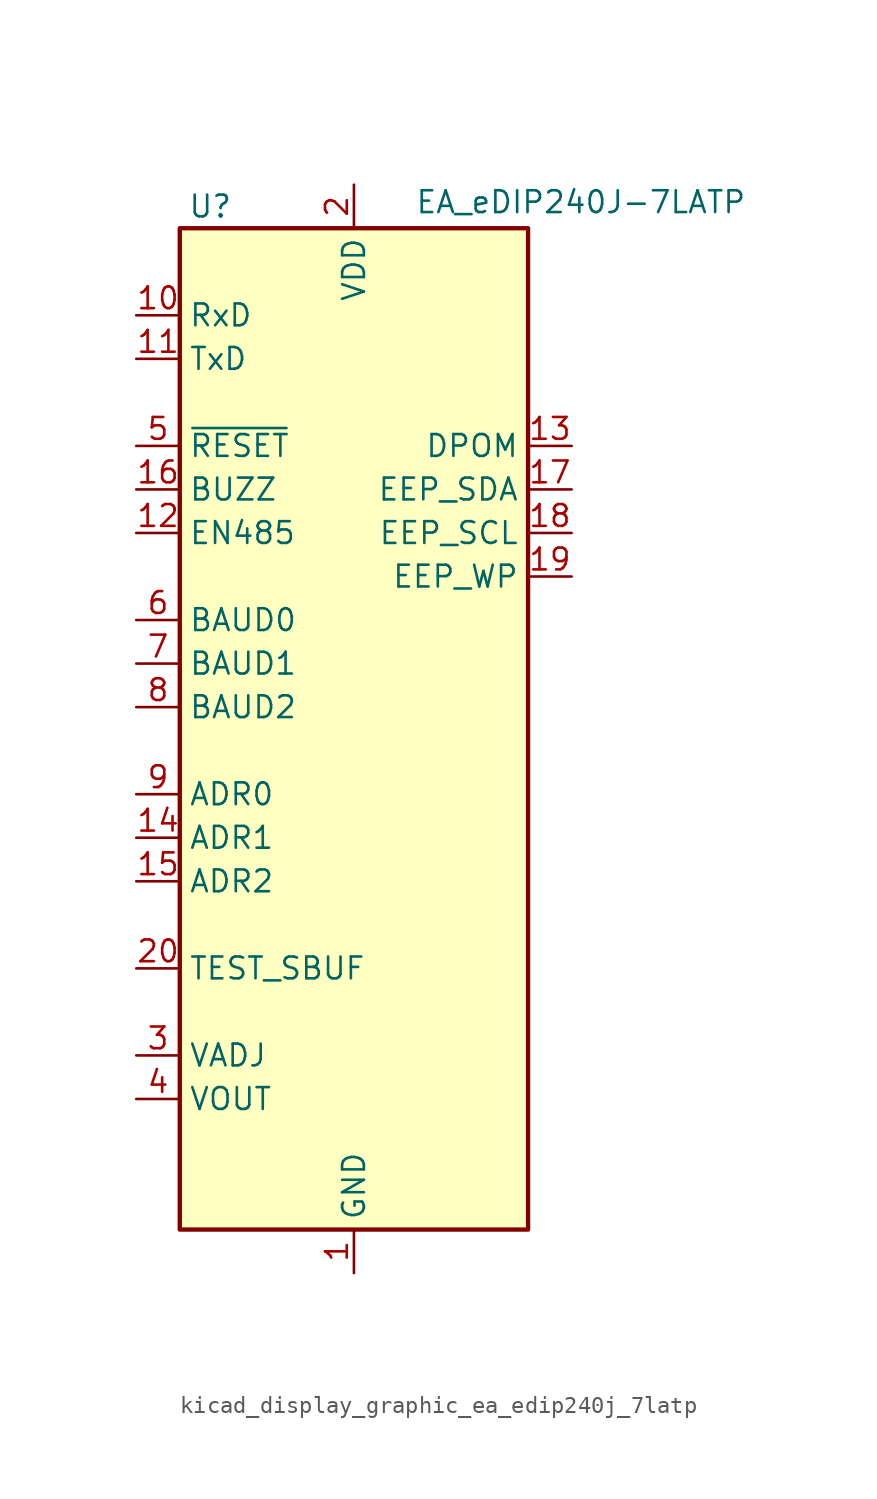
<source format=kicad_sym>
(kicad_symbol_lib
  (version 20220914)
  (generator kicad_symbol_editor)
  (symbol "kicad_display_graphic_ea_edip240j_7latp"
    (property "Reference" "U"
      (at -8.382 29.21 0)
      (effects (font (size 1.27 1.27))))
    (property "Value" "EA_eDIP240J-7LATP"
      (at 3.556 29.464 0)
      (effects (font (size 1.27 1.27)) (justify left)))
    (symbol "kicad_display_graphic_ea_edip240j_7latp_0_1"
      (rectangle (start -10.16 27.94) (end 10.16 -30.48) (stroke (width 0.254) (type default)) (fill (type background))))
    (symbol "kicad_display_graphic_ea_edip240j_7latp_1_1"
      (pin power_in line (at 0 -33.02 90) (length 2.54) (name "GND" (effects (font (size 1.27 1.27)))) (number "1" (effects (font (size 1.27 1.27)))))
      (pin input line (at -12.7 22.86 0) (length 2.54) (name "RxD" (effects (font (size 1.27 1.27)))) (number "10" (effects (font (size 1.27 1.27)))))
      (pin output line (at -12.7 20.32 0) (length 2.54) (name "TxD" (effects (font (size 1.27 1.27)))) (number "11" (effects (font (size 1.27 1.27)))))
      (pin output line (at -12.7 10.16 0) (length 2.54) (name "EN485" (effects (font (size 1.27 1.27)))) (number "12" (effects (font (size 1.27 1.27)))))
      (pin input line (at 12.7 15.24 180) (length 2.54) (name "DPOM" (effects (font (size 1.27 1.27)))) (number "13" (effects (font (size 1.27 1.27)))))
      (pin input line (at -12.7 -7.62 0) (length 2.54) (name "ADR1" (effects (font (size 1.27 1.27)))) (number "14" (effects (font (size 1.27 1.27)))))
      (pin input line (at -12.7 -10.16 0) (length 2.54) (name "ADR2" (effects (font (size 1.27 1.27)))) (number "15" (effects (font (size 1.27 1.27)))))
      (pin output line (at -12.7 12.7 0) (length 2.54) (name "BUZZ" (effects (font (size 1.27 1.27)))) (number "16" (effects (font (size 1.27 1.27)))))
      (pin bidirectional line (at 12.7 12.7 180) (length 2.54) (name "EEP_SDA" (effects (font (size 1.27 1.27)))) (number "17" (effects (font (size 1.27 1.27)))))
      (pin output line (at 12.7 10.16 180) (length 2.54) (name "EEP_SCL" (effects (font (size 1.27 1.27)))) (number "18" (effects (font (size 1.27 1.27)))))
      (pin input line (at 12.7 7.62 180) (length 2.54) (name "EEP_WP" (effects (font (size 1.27 1.27)))) (number "19" (effects (font (size 1.27 1.27)))))
      (pin power_in line (at 0 30.48 270) (length 2.54) (name "VDD" (effects (font (size 1.27 1.27)))) (number "2" (effects (font (size 1.27 1.27)))))
      (pin open_collector line (at -12.7 -15.24 0) (length 2.54) (name "TEST_SBUF" (effects (font (size 1.27 1.27)))) (number "20" (effects (font (size 1.27 1.27)))))
      (pin no_connect line (at -10.16 -25.4 0) (length 2.54) hide (name "NC" (effects (font (size 1.27 1.27)))) (number "21" (effects (font (size 1.27 1.27)))))
      (pin no_connect line (at -10.16 -27.94 0) (length 2.54) hide (name "NC" (effects (font (size 1.27 1.27)))) (number "22" (effects (font (size 1.27 1.27)))))
      (pin no_connect line (at 10.16 25.4 180) (length 2.54) hide (name "NC" (effects (font (size 1.27 1.27)))) (number "23" (effects (font (size 1.27 1.27)))))
      (pin no_connect line (at 10.16 22.86 180) (length 2.54) hide (name "NC" (effects (font (size 1.27 1.27)))) (number "24" (effects (font (size 1.27 1.27)))))
      (pin no_connect line (at 10.16 20.32 180) (length 2.54) hide (name "NC" (effects (font (size 1.27 1.27)))) (number "25" (effects (font (size 1.27 1.27)))))
      (pin no_connect line (at 10.16 17.78 180) (length 2.54) hide (name "NC" (effects (font (size 1.27 1.27)))) (number "26" (effects (font (size 1.27 1.27)))))
      (pin no_connect line (at 10.16 5.08 180) (length 2.54) hide (name "NC" (effects (font (size 1.27 1.27)))) (number "27" (effects (font (size 1.27 1.27)))))
      (pin no_connect line (at 10.16 2.54 180) (length 2.54) hide (name "NC" (effects (font (size 1.27 1.27)))) (number "28" (effects (font (size 1.27 1.27)))))
      (pin no_connect line (at 10.16 0 180) (length 2.54) hide (name "NC" (effects (font (size 1.27 1.27)))) (number "29" (effects (font (size 1.27 1.27)))))
      (pin input line (at -12.7 -20.32 0) (length 2.54) (name "VADJ" (effects (font (size 1.27 1.27)))) (number "3" (effects (font (size 1.27 1.27)))))
      (pin no_connect line (at 10.16 -2.54 180) (length 2.54) hide (name "NC" (effects (font (size 1.27 1.27)))) (number "30" (effects (font (size 1.27 1.27)))))
      (pin no_connect line (at 10.16 -5.08 180) (length 2.54) hide (name "NC" (effects (font (size 1.27 1.27)))) (number "31" (effects (font (size 1.27 1.27)))))
      (pin no_connect line (at 10.16 -7.62 180) (length 2.54) hide (name "NC" (effects (font (size 1.27 1.27)))) (number "32" (effects (font (size 1.27 1.27)))))
      (pin no_connect line (at 10.16 -10.16 180) (length 2.54) hide (name "NC" (effects (font (size 1.27 1.27)))) (number "33" (effects (font (size 1.27 1.27)))))
      (pin no_connect line (at 10.16 -12.7 180) (length 2.54) hide (name "NC" (effects (font (size 1.27 1.27)))) (number "34" (effects (font (size 1.27 1.27)))))
      (pin no_connect line (at 10.16 -15.24 180) (length 2.54) hide (name "NC" (effects (font (size 1.27 1.27)))) (number "35" (effects (font (size 1.27 1.27)))))
      (pin no_connect line (at 10.16 -17.78 180) (length 2.54) hide (name "NC" (effects (font (size 1.27 1.27)))) (number "36" (effects (font (size 1.27 1.27)))))
      (pin no_connect line (at 10.16 -20.32 180) (length 2.54) hide (name "NC" (effects (font (size 1.27 1.27)))) (number "37" (effects (font (size 1.27 1.27)))))
      (pin no_connect line (at 10.16 -22.86 180) (length 2.54) hide (name "NC" (effects (font (size 1.27 1.27)))) (number "38" (effects (font (size 1.27 1.27)))))
      (pin no_connect line (at 10.16 -25.4 180) (length 2.54) hide (name "NC" (effects (font (size 1.27 1.27)))) (number "39" (effects (font (size 1.27 1.27)))))
      (pin output line (at -12.7 -22.86 0) (length 2.54) (name "VOUT" (effects (font (size 1.27 1.27)))) (number "4" (effects (font (size 1.27 1.27)))))
      (pin no_connect line (at 10.16 -27.94 180) (length 2.54) hide (name "NC" (effects (font (size 1.27 1.27)))) (number "40" (effects (font (size 1.27 1.27)))))
      (pin input line (at -12.7 15.24 0) (length 2.54) (name "~{RESET}" (effects (font (size 1.27 1.27)))) (number "5" (effects (font (size 1.27 1.27)))))
      (pin input line (at -12.7 5.08 0) (length 2.54) (name "BAUD0" (effects (font (size 1.27 1.27)))) (number "6" (effects (font (size 1.27 1.27)))))
      (pin input line (at -12.7 2.54 0) (length 2.54) (name "BAUD1" (effects (font (size 1.27 1.27)))) (number "7" (effects (font (size 1.27 1.27)))))
      (pin input line (at -12.7 0 0) (length 2.54) (name "BAUD2" (effects (font (size 1.27 1.27)))) (number "8" (effects (font (size 1.27 1.27)))))
      (pin input line (at -12.7 -5.08 0) (length 2.54) (name "ADR0" (effects (font (size 1.27 1.27)))) (number "9" (effects (font (size 1.27 1.27))))))))
</source>
